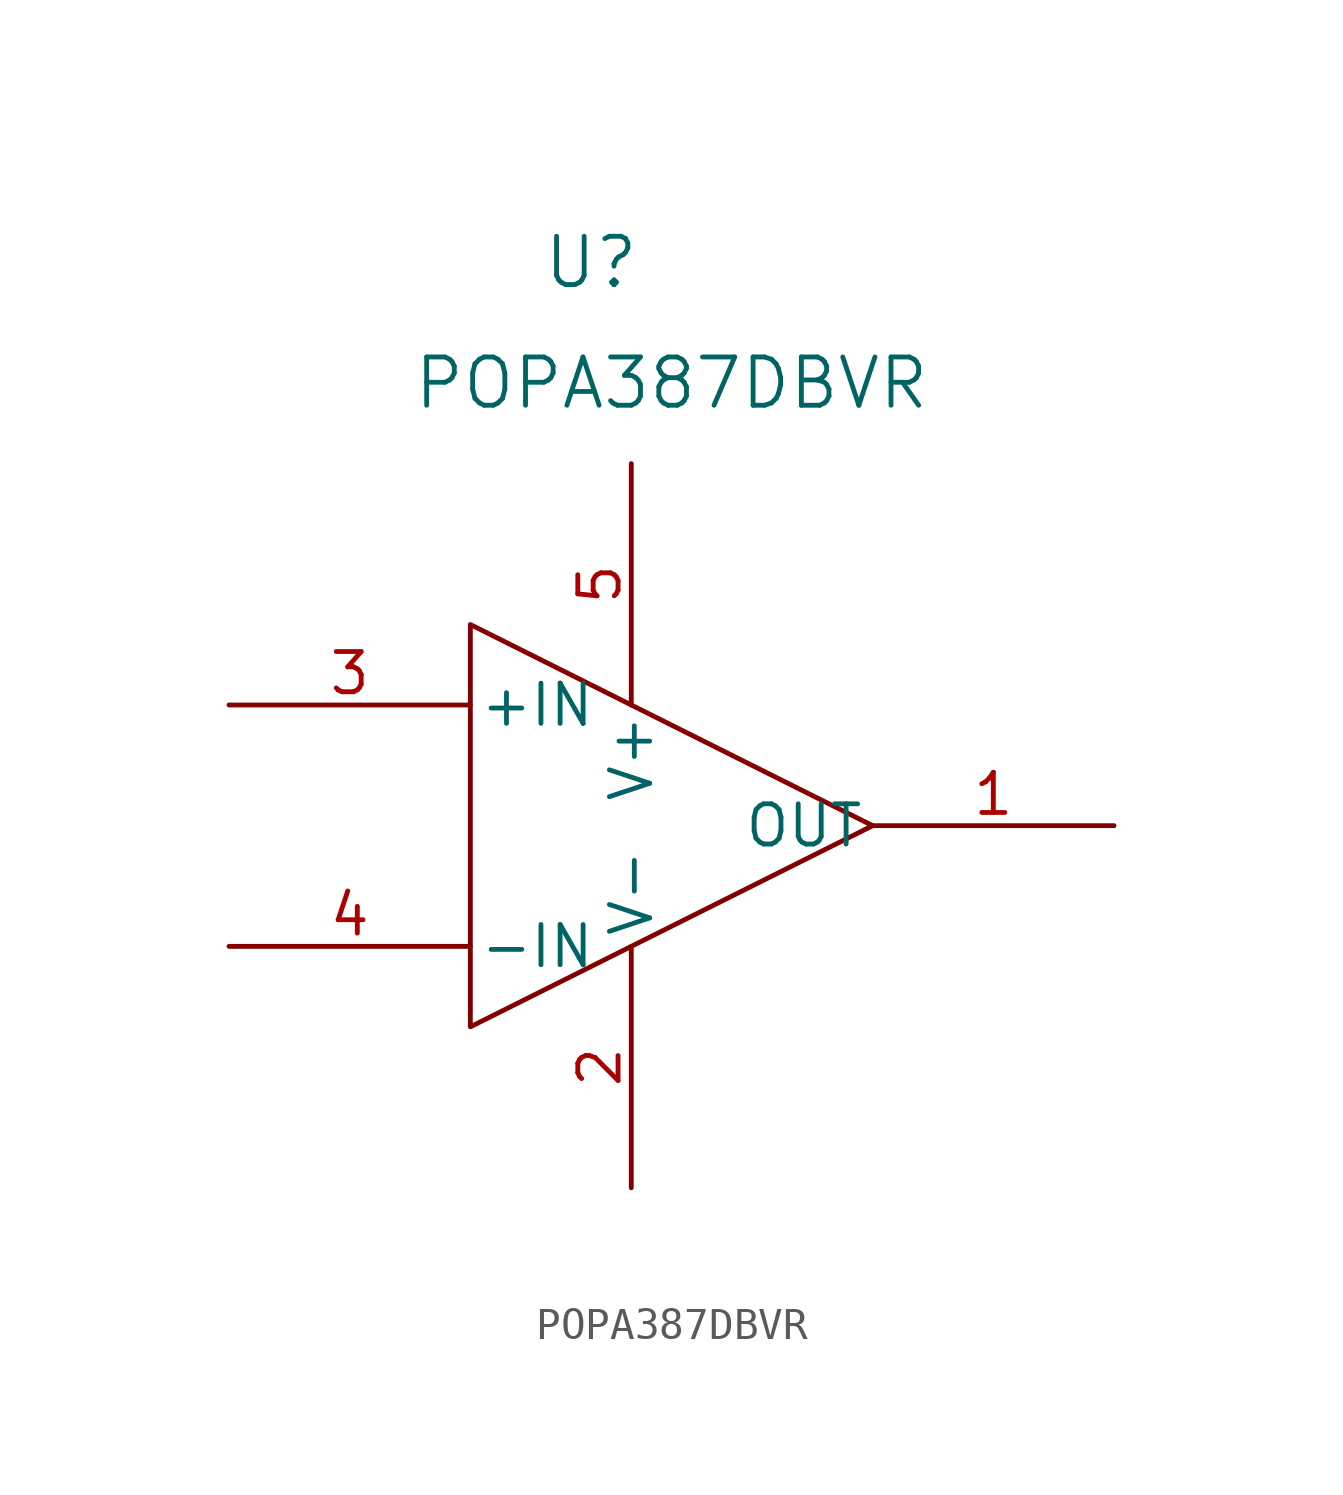
<source format=kicad_sym>
(kicad_symbol_lib
  (version 20220914)
  (generator kicad_symbol_editor)
  (symbol "POPA387DBVR"
    (pin_names
      (offset 0.254))
    (property "Reference" "U"
      (at 41.91 -1.27 0)
      (effects (font (size 1.524 1.524))))
    (property "Value" "POPA387DBVR"
      (at 44.45 -5.08 0)
      (effects (font (size 1.524 1.524))))
    (property "ki_locked" ""
      (at 0 0 0)
      (effects (font (size 1.27 1.27))))
    (symbol "POPA387DBVR_1_1"
      (polyline (pts (xy 38.1 -12.7) (xy 50.8 -19.05) (xy 38.1 -25.4) (xy 38.1 -12.7)) (stroke (width 0) (type default)) (fill (type none)))
      (pin output line (at 58.42 -19.05 180) (length 7.62) (name "OUT" (effects (font (size 1.27 1.27)))) (number "1" (effects (font (size 1.27 1.27)))))
      (pin power_in line (at 43.18 -30.48 90) (length 7.62) (name "V-" (effects (font (size 1.27 1.27)))) (number "2" (effects (font (size 1.27 1.27)))))
      (pin input line (at 30.48 -15.24 0) (length 7.62) (name "+IN" (effects (font (size 1.27 1.27)))) (number "3" (effects (font (size 1.27 1.27)))))
      (pin input line (at 30.48 -22.86 0) (length 7.62) (name "-IN" (effects (font (size 1.27 1.27)))) (number "4" (effects (font (size 1.27 1.27)))))
      (pin power_in line (at 43.18 -7.62 270) (length 7.62) (name "V+" (effects (font (size 1.27 1.27)))) (number "5" (effects (font (size 1.27 1.27))))))))
</source>
